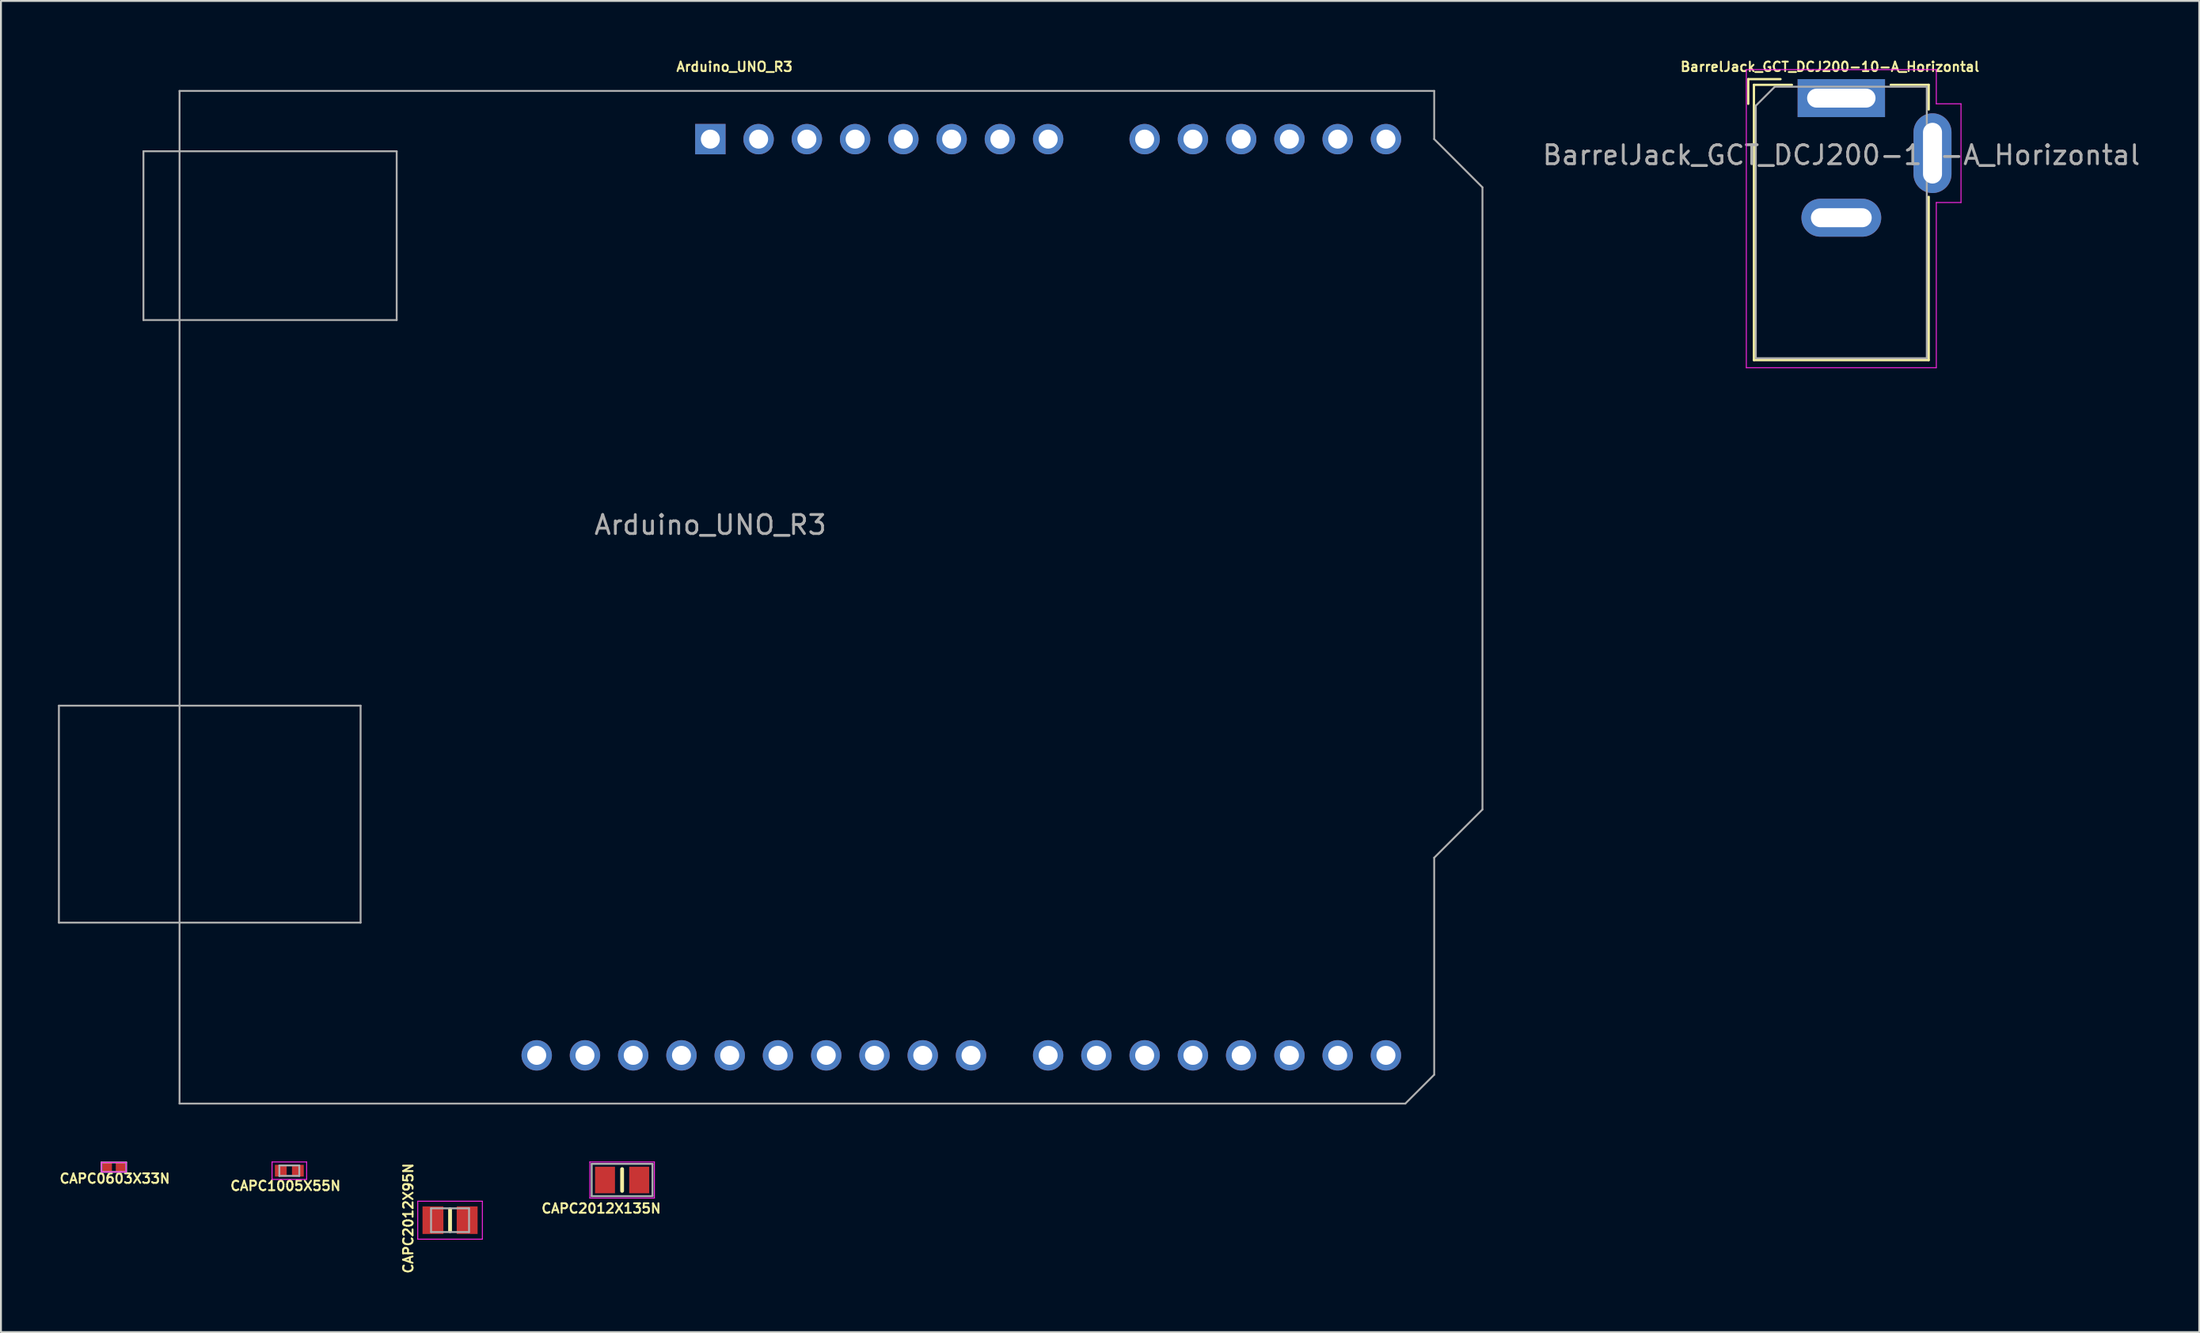
<source format=kicad_pcb>
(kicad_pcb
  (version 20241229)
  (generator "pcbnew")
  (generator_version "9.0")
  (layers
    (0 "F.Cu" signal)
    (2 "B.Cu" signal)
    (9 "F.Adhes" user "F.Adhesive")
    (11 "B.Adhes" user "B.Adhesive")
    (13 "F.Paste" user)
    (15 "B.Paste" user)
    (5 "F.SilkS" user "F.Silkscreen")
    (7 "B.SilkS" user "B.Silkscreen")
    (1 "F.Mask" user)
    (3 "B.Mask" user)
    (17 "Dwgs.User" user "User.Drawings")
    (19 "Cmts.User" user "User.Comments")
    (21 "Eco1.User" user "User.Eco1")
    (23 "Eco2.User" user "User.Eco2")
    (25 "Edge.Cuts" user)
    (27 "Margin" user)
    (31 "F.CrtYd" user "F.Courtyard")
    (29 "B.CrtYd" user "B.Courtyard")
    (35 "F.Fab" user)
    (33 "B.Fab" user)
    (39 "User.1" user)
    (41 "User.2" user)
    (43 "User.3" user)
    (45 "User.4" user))
  (footprint "CAPC2012X95N"
    (layer "F.Cu")
    (at 20.639 61.221)
    (property "Reference" "CAPC2012X95N" (at -2.2 -0.1 90) (layer "F.SilkS") (effects (font (size 0.5 0.5) (thickness 0.1))))
    (attr smd)
    (fp_line (start 0 0.575) (end 0 -0.575) (stroke (width 0.2) (type solid)) (layer "F.SilkS"))
    (fp_line (start -1.7 -1) (end 1.7 -1) (stroke (width 0.05) (type solid)) (layer "F.CrtYd"))
    (fp_line (start -1.7 1) (end -1.7 -1) (stroke (width 0.05) (type solid)) (layer "F.CrtYd"))
    (fp_line (start -1.7 1) (end 1.7 1) (stroke (width 0.05) (type solid)) (layer "F.CrtYd"))
    (fp_line (start 1.7 1) (end 1.7 -1) (stroke (width 0.05) (type solid)) (layer "F.CrtYd"))
    (fp_line (start -1 -0.625) (end 1 -0.625) (stroke (width 0.1) (type solid)) (layer "F.Fab"))
    (fp_line (start -1 0.625) (end -1 -0.625) (stroke (width 0.1) (type solid)) (layer "F.Fab"))
    (fp_line (start -1 0.625) (end 1 0.625) (stroke (width 0.1) (type solid)) (layer "F.Fab"))
    (fp_line (start 1 0.625) (end 1 -0.625) (stroke (width 0.1) (type solid)) (layer "F.Fab"))
    (pad "1" smd rect (at -0.9 0 90) (size 1.45 1.1) (layers "F.Cu" "F.Mask" "F.Paste"))
    (pad "2" smd rect (at 0.9 0 90) (size 1.45 1.1) (layers "F.Cu" "F.Mask" "F.Paste")))
  (footprint "BarrelJack_GCT_DCJ200-10-A_Horizontal"
    (layer "F.Cu")
    (at 93.869 2.118)
    (property "Reference" "BarrelJack_GCT_DCJ200-10-A_Horizontal" (at -0.6 -1.65 180) (layer "F.SilkS") (effects (font (size 0.5 0.5) (thickness 0.1))))
    (attr through_hole)
    (fp_line (start -4.9 -1) (end -4.9 0.3) (stroke (width 0.12) (type solid)) (layer "F.SilkS"))
    (fp_line (start -4.6 -0.7) (end -2.6 -0.7) (stroke (width 0.12) (type solid)) (layer "F.SilkS"))
    (fp_line (start -4.6 13.8) (end -4.6 -0.7) (stroke (width 0.12) (type solid)) (layer "F.SilkS"))
    (fp_line (start -3.2 -1) (end -4.9 -1) (stroke (width 0.12) (type solid)) (layer "F.SilkS"))
    (fp_line (start 2.6 -0.7) (end 4.6 -0.7) (stroke (width 0.12) (type solid)) (layer "F.SilkS"))
    (fp_line (start 4.6 -0.7) (end 4.6 0.6) (stroke (width 0.12) (type solid)) (layer "F.SilkS"))
    (fp_line (start 4.6 5.2) (end 4.6 13.8) (stroke (width 0.12) (type solid)) (layer "F.SilkS"))
    (fp_line (start 4.6 13.8) (end -4.6 13.8) (stroke (width 0.12) (type solid)) (layer "F.SilkS"))
    (fp_line (start -5 -1.5) (end -5 14.2) (stroke (width 0.05) (type solid)) (layer "F.CrtYd"))
    (fp_line (start -5 14.2) (end 5 14.2) (stroke (width 0.05) (type solid)) (layer "F.CrtYd"))
    (fp_line (start 5 -1.5) (end -5 -1.5) (stroke (width 0.05) (type solid)) (layer "F.CrtYd"))
    (fp_line (start 5 0.3) (end 5 -1.5) (stroke (width 0.05) (type solid)) (layer "F.CrtYd"))
    (fp_line (start 5 14.2) (end 5 5.5) (stroke (width 0.05) (type solid)) (layer "F.CrtYd"))
    (fp_line (start 6.3 0.3) (end 5 0.3) (stroke (width 0.05) (type solid)) (layer "F.CrtYd"))
    (fp_line (start 6.3 0.3) (end 6.3 5.5) (stroke (width 0.05) (type solid)) (layer "F.CrtYd"))
    (fp_line (start 6.3 5.5) (end 5 5.5) (stroke (width 0.05) (type solid)) (layer "F.CrtYd"))
    (fp_line (start -4.5 0.4) (end -3.5 -0.6) (stroke (width 0.1) (type solid)) (layer "F.Fab"))
    (fp_line (start -4.5 13.7) (end -4.5 0.4) (stroke (width 0.1) (type solid)) (layer "F.Fab"))
    (fp_line (start 4.5 -0.6) (end -3.5 -0.6) (stroke (width 0.1) (type solid)) (layer "F.Fab"))
    (fp_line (start 4.5 -0.6) (end 4.5 13.7) (stroke (width 0.1) (type solid)) (layer "F.Fab"))
    (fp_line (start 4.5 13.7) (end -4.5 13.7) (stroke (width 0.1) (type solid)) (layer "F.Fab"))
    (fp_text user "${REFERENCE}" (at 0 3 180) (layer "F.Fab") (effects (font (size 1 1) (thickness 0.15))))
    (pad "1" thru_hole rect (at 0 0) (size 4.6 2) (drill oval 3.6 1) (layers "*.Cu" "*.Mask"))
    (pad "2" thru_hole oval (at 0 6.3) (size 4.2 2) (drill oval 3.2 1) (layers "*.Cu" "*.Mask"))
    (pad "3" thru_hole oval (at 4.8 2.9) (size 2 4.2) (drill oval 1 3.2) (layers "*.Cu" "*.Mask")))
  (footprint "Arduino_UNO_R3"
    (layer "F.Cu")
    (at 34.34 4.278)
    (property "Reference" "Arduino_UNO_R3" (at 1.27 -3.81 180) (layer "F.SilkS") (effects (font (size 0.5 0.5) (thickness 0.1))))
    (attr through_hole allow_missing_courtyard)
    (fp_line (start -34.29 29.84) (end -18.41 29.84) (stroke (width 0.1) (type solid)) (layer "F.Fab"))
    (fp_line (start -34.29 41.27) (end -34.29 29.84) (stroke (width 0.1) (type solid)) (layer "F.Fab"))
    (fp_line (start -29.84 0.64) (end -16.51 0.64) (stroke (width 0.1) (type solid)) (layer "F.Fab"))
    (fp_line (start -29.84 9.53) (end -29.84 0.64) (stroke (width 0.1) (type solid)) (layer "F.Fab"))
    (fp_line (start -27.94 -2.54) (end 38.1 -2.54) (stroke (width 0.1) (type solid)) (layer "F.Fab"))
    (fp_line (start -27.94 50.8) (end -27.94 -2.54) (stroke (width 0.1) (type solid)) (layer "F.Fab"))
    (fp_line (start -18.41 29.84) (end -18.41 41.27) (stroke (width 0.1) (type solid)) (layer "F.Fab"))
    (fp_line (start -18.41 41.27) (end -34.29 41.27) (stroke (width 0.1) (type solid)) (layer "F.Fab"))
    (fp_line (start -16.51 0.64) (end -16.51 9.53) (stroke (width 0.1) (type solid)) (layer "F.Fab"))
    (fp_line (start -16.51 9.53) (end -29.84 9.53) (stroke (width 0.1) (type solid)) (layer "F.Fab"))
    (fp_line (start 36.58 50.8) (end -27.94 50.8) (stroke (width 0.1) (type solid)) (layer "F.Fab"))
    (fp_line (start 38.1 -2.54) (end 38.1 0) (stroke (width 0.1) (type solid)) (layer "F.Fab"))
    (fp_line (start 38.1 0) (end 40.64 2.54) (stroke (width 0.1) (type solid)) (layer "F.Fab"))
    (fp_line (start 38.1 37.85) (end 38.1 49.28) (stroke (width 0.1) (type solid)) (layer "F.Fab"))
    (fp_line (start 38.1 49.28) (end 36.58 50.8) (stroke (width 0.1) (type solid)) (layer "F.Fab"))
    (fp_line (start 40.64 2.54) (end 40.64 35.31) (stroke (width 0.1) (type solid)) (layer "F.Fab"))
    (fp_line (start 40.64 35.31) (end 38.1 37.85) (stroke (width 0.1) (type solid)) (layer "F.Fab"))
    (fp_text user "${REFERENCE}" (at 0 20.32 180) (layer "F.Fab") (effects (font (size 1 1) (thickness 0.15))))
    (pad "1" thru_hole rect (at 0 0 90) (size 1.6 1.6) (drill 1) (layers "*.Cu" "*.Mask"))
    (pad "2" thru_hole oval (at 2.54 0 90) (size 1.6 1.6) (drill 1) (layers "*.Cu" "*.Mask"))
    (pad "3" thru_hole oval (at 5.08 0 90) (size 1.6 1.6) (drill 1) (layers "*.Cu" "*.Mask"))
    (pad "4" thru_hole oval (at 7.62 0 90) (size 1.6 1.6) (drill 1) (layers "*.Cu" "*.Mask"))
    (pad "5" thru_hole oval (at 10.16 0 90) (size 1.6 1.6) (drill 1) (layers "*.Cu" "*.Mask"))
    (pad "6" thru_hole oval (at 12.7 0 90) (size 1.6 1.6) (drill 1) (layers "*.Cu" "*.Mask"))
    (pad "7" thru_hole oval (at 15.24 0 90) (size 1.6 1.6) (drill 1) (layers "*.Cu" "*.Mask"))
    (pad "8" thru_hole oval (at 17.78 0 90) (size 1.6 1.6) (drill 1) (layers "*.Cu" "*.Mask"))
    (pad "9" thru_hole oval (at 22.86 0 90) (size 1.6 1.6) (drill 1) (layers "*.Cu" "*.Mask"))
    (pad "10" thru_hole oval (at 25.4 0 90) (size 1.6 1.6) (drill 1) (layers "*.Cu" "*.Mask"))
    (pad "11" thru_hole oval (at 27.94 0 90) (size 1.6 1.6) (drill 1) (layers "*.Cu" "*.Mask"))
    (pad "12" thru_hole oval (at 30.48 0 90) (size 1.6 1.6) (drill 1) (layers "*.Cu" "*.Mask"))
    (pad "13" thru_hole oval (at 33.02 0 90) (size 1.6 1.6) (drill 1) (layers "*.Cu" "*.Mask"))
    (pad "14" thru_hole oval (at 35.56 0 90) (size 1.6 1.6) (drill 1) (layers "*.Cu" "*.Mask"))
    (pad "15" thru_hole oval (at 35.56 48.26 90) (size 1.6 1.6) (drill 1) (layers "*.Cu" "*.Mask"))
    (pad "16" thru_hole oval (at 33.02 48.26 90) (size 1.6 1.6) (drill 1) (layers "*.Cu" "*.Mask"))
    (pad "17" thru_hole oval (at 30.48 48.26 90) (size 1.6 1.6) (drill 1) (layers "*.Cu" "*.Mask"))
    (pad "18" thru_hole oval (at 27.94 48.26 90) (size 1.6 1.6) (drill 1) (layers "*.Cu" "*.Mask"))
    (pad "19" thru_hole oval (at 25.4 48.26 90) (size 1.6 1.6) (drill 1) (layers "*.Cu" "*.Mask"))
    (pad "20" thru_hole oval (at 22.86 48.26 90) (size 1.6 1.6) (drill 1) (layers "*.Cu" "*.Mask"))
    (pad "21" thru_hole oval (at 20.32 48.26 90) (size 1.6 1.6) (drill 1) (layers "*.Cu" "*.Mask"))
    (pad "22" thru_hole oval (at 17.78 48.26 90) (size 1.6 1.6) (drill 1) (layers "*.Cu" "*.Mask"))
    (pad "23" thru_hole oval (at 13.72 48.26 90) (size 1.6 1.6) (drill 1) (layers "*.Cu" "*.Mask"))
    (pad "24" thru_hole oval (at 11.18 48.26 90) (size 1.6 1.6) (drill 1) (layers "*.Cu" "*.Mask"))
    (pad "25" thru_hole oval (at 8.64 48.26 90) (size 1.6 1.6) (drill 1) (layers "*.Cu" "*.Mask"))
    (pad "26" thru_hole oval (at 6.1 48.26 90) (size 1.6 1.6) (drill 1) (layers "*.Cu" "*.Mask"))
    (pad "27" thru_hole oval (at 3.56 48.26 90) (size 1.6 1.6) (drill 1) (layers "*.Cu" "*.Mask"))
    (pad "28" thru_hole oval (at 1.02 48.26 90) (size 1.6 1.6) (drill 1) (layers "*.Cu" "*.Mask"))
    (pad "29" thru_hole oval (at -1.52 48.26 90) (size 1.6 1.6) (drill 1) (layers "*.Cu" "*.Mask"))
    (pad "30" thru_hole oval (at -4.06 48.26 90) (size 1.6 1.6) (drill 1) (layers "*.Cu" "*.Mask"))
    (pad "31" thru_hole oval (at -6.6 48.26 90) (size 1.6 1.6) (drill 1) (layers "*.Cu" "*.Mask"))
    (pad "32" thru_hole oval (at -9.14 48.26 90) (size 1.6 1.6) (drill 1) (layers "*.Cu" "*.Mask")))
  (footprint "CAPC2012X135N"
    (layer "F.Cu")
    (at 29.695 59.103)
    (property "Reference" "CAPC2012X135N" (at -1.1 1.5 0) (layer "F.SilkS") (effects (font (size 0.5 0.5) (thickness 0.1))))
    (attr smd)
    (fp_line (start 0 0.575) (end 0 -0.575) (stroke (width 0.2) (type solid)) (layer "F.SilkS"))
    (fp_line (start -1.7 -0.95) (end 1.7 -0.95) (stroke (width 0.05) (type solid)) (layer "F.CrtYd"))
    (fp_line (start -1.7 0.95) (end -1.7 -0.95) (stroke (width 0.05) (type solid)) (layer "F.CrtYd"))
    (fp_line (start -1.7 0.95) (end 1.7 0.95) (stroke (width 0.05) (type solid)) (layer "F.CrtYd"))
    (fp_line (start 1.7 0.95) (end 1.7 -0.95) (stroke (width 0.05) (type solid)) (layer "F.CrtYd"))
    (fp_line (start -1.6 -0.85) (end 1.6 -0.85) (stroke (width 0.1) (type solid)) (layer "F.Fab"))
    (fp_line (start -1.6 0.85) (end -1.6 -0.85) (stroke (width 0.1) (type solid)) (layer "F.Fab"))
    (fp_line (start -1.6 0.85) (end 1.6 0.85) (stroke (width 0.1) (type solid)) (layer "F.Fab"))
    (fp_line (start 1.6 0.85) (end 1.6 -0.85) (stroke (width 0.1) (type solid)) (layer "F.Fab"))
    (pad "1" smd rect (at -0.9 0 180) (size 1.05 1.4) (layers "F.Cu" "F.Mask" "F.Paste"))
    (pad "2" smd rect (at 0.9 0 180) (size 1.05 1.4) (layers "F.Cu" "F.Mask" "F.Paste")))
  (footprint "CAPC1005X55N"
    (layer "F.Cu")
    (at 12.179 58.613)
    (property "Reference" "CAPC1005X55N" (at -0.2 0.8 0) (layer "F.SilkS") (effects (font (size 0.5 0.5) (thickness 0.1))))
    (attr smd)
    (fp_line (start -0.91 -0.46) (end 0.91 -0.46) (stroke (width 0.05) (type solid)) (layer "F.CrtYd"))
    (fp_line (start -0.91 0.46) (end -0.91 -0.46) (stroke (width 0.05) (type solid)) (layer "F.CrtYd"))
    (fp_line (start -0.91 0.46) (end 0.91 0.46) (stroke (width 0.05) (type solid)) (layer "F.CrtYd"))
    (fp_line (start 0.91 0.46) (end 0.91 -0.46) (stroke (width 0.05) (type solid)) (layer "F.CrtYd"))
    (fp_line (start -0.525 -0.275) (end 0.525 -0.275) (stroke (width 0.1) (type solid)) (layer "F.Fab"))
    (fp_line (start -0.525 0.275) (end -0.525 -0.275) (stroke (width 0.1) (type solid)) (layer "F.Fab"))
    (fp_line (start -0.525 0.275) (end 0.525 0.275) (stroke (width 0.1) (type solid)) (layer "F.Fab"))
    (fp_line (start 0.525 0.275) (end 0.525 -0.275) (stroke (width 0.1) (type solid)) (layer "F.Fab"))
    (pad "1" smd rect (at -0.45 0 180) (size 0.62 0.62) (layers "F.Cu" "F.Mask" "F.Paste"))
    (pad "2" smd rect (at 0.45 0 180) (size 0.62 0.62) (layers "F.Cu" "F.Mask" "F.Paste")))
  (footprint "CAPC0603X33N"
    (layer "F.Cu")
    (at 2.943 58.428)
    (property "Reference" "CAPC0603X33N" (at 0.05 0.6 0) (layer "F.SilkS") (effects (font (size 0.5 0.5) (thickness 0.1))))
    (attr smd)
    (fp_line (start -0.65 -0.25) (end 0.65 -0.25) (stroke (width 0.05) (type solid)) (layer "F.CrtYd"))
    (fp_line (start -0.65 0.25) (end -0.65 -0.25) (stroke (width 0.05) (type solid)) (layer "F.CrtYd"))
    (fp_line (start -0.65 0.25) (end 0.65 0.25) (stroke (width 0.05) (type solid)) (layer "F.CrtYd"))
    (fp_line (start 0.65 0.25) (end 0.65 -0.25) (stroke (width 0.05) (type solid)) (layer "F.CrtYd"))
    (fp_line (start -0.65 -0.25) (end 0.65 -0.25) (stroke (width 0.1) (type solid)) (layer "F.Fab"))
    (fp_line (start -0.65 0.25) (end -0.65 -0.25) (stroke (width 0.1) (type solid)) (layer "F.Fab"))
    (fp_line (start -0.65 0.25) (end 0.65 0.25) (stroke (width 0.1) (type solid)) (layer "F.Fab"))
    (fp_line (start 0.65 0.25) (end 0.65 -0.25) (stroke (width 0.1) (type solid)) (layer "F.Fab"))
    (pad "1" smd rect (at -0.35 0 180) (size 0.5 0.45) (layers "F.Cu" "F.Mask" "F.Paste"))
    (pad "2" smd rect (at 0.35 0 180) (size 0.5 0.45) (layers "F.Cu" "F.Mask" "F.Paste")))
  (gr_rect
    (start -3 -3)
    (end 112.709 67.114)
    (stroke (width 0.1) (type default))
    (fill no)
    (layer "Edge.Cuts")))
</source>
